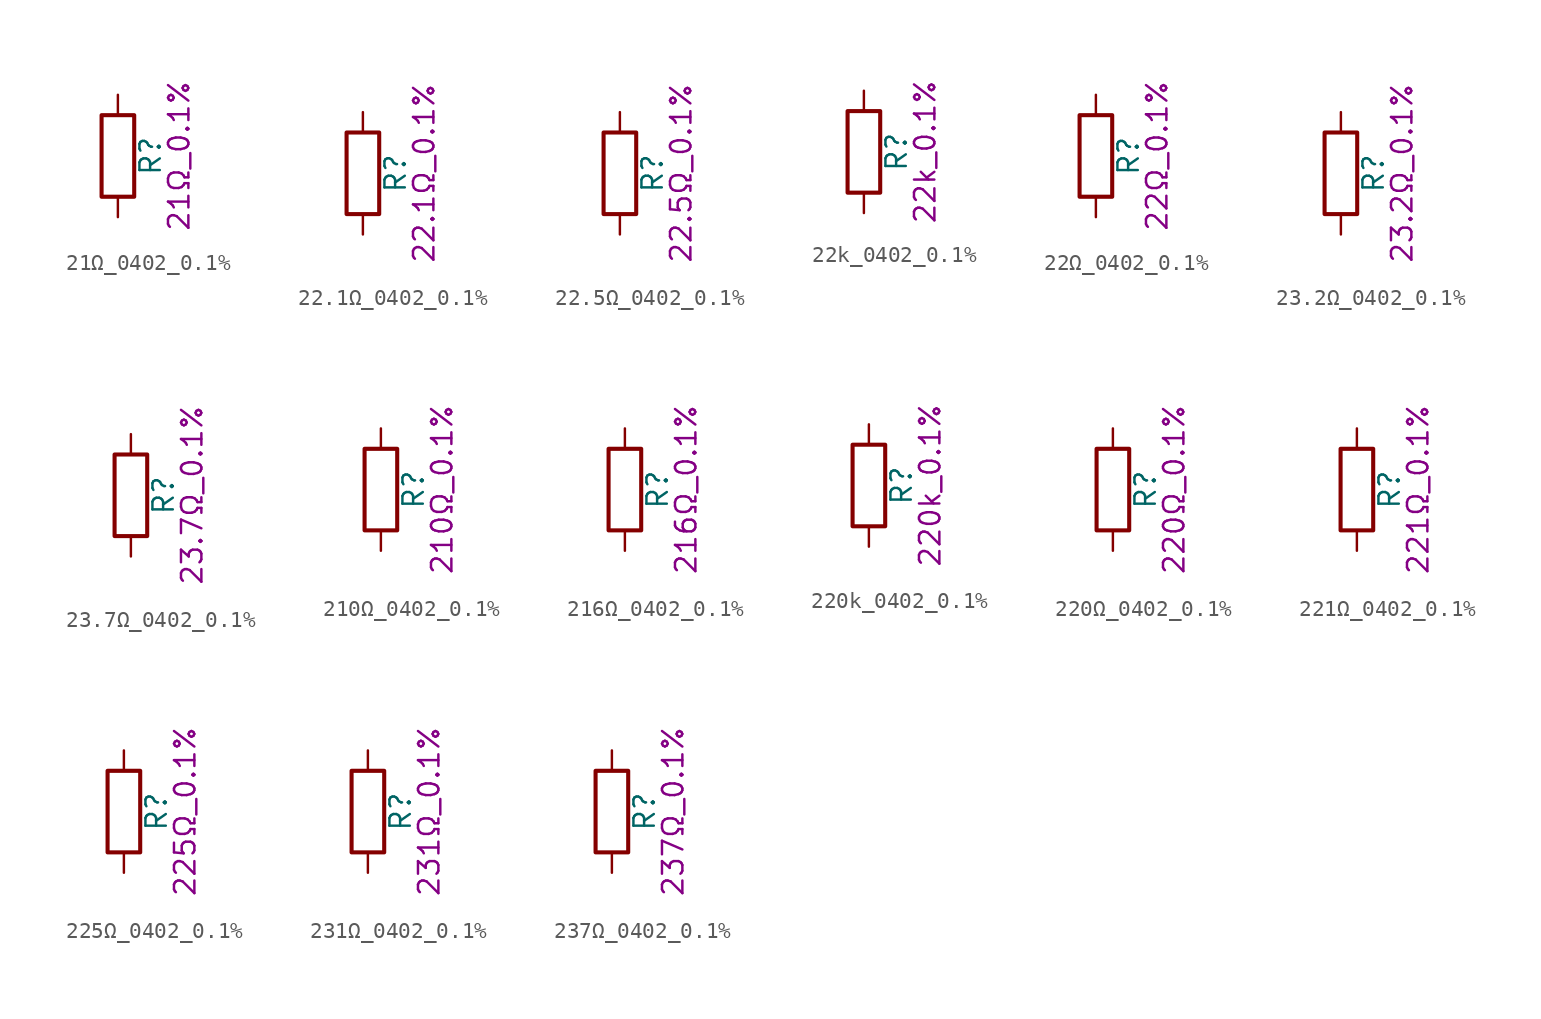
<source format=kicad_sym>
(kicad_symbol_lib
  (version 20211014)
  (generator kicad_symbol_editor)
  (symbol "21Ω_0402_0.1%"
    (pin_numbers hide)
    (pin_names
      (offset 0))
    (property "Reference" "R"
      (at 2.032 0 90)
      (effects (font (size 1.27 1.27))))
    (property "Display" "21Ω_0.1%"
      (at 3.81 0 90)
      (effects (font (size 1.27 1.27))))
    (symbol "21Ω_0402_0.1%_0_1"
      (rectangle (start -1.016 -2.54) (end 1.016 2.54) (stroke (width 0.254) (type default) (color 0 0 0 0)) (fill (type none))))
    (symbol "21Ω_0402_0.1%_1_1"
      (pin passive line (at 0 3.81 270) (length 1.27) (name "~" (effects (font (size 1.27 1.27)))) (number "1" (effects (font (size 1.27 1.27)))))
      (pin passive line (at 0 -3.81 90) (length 1.27) (name "~" (effects (font (size 1.27 1.27)))) (number "2" (effects (font (size 1.27 1.27)))))))
  (symbol "22.1Ω_0402_0.1%"
    (pin_numbers hide)
    (pin_names
      (offset 0))
    (property "Reference" "R"
      (at 2.032 0 90)
      (effects (font (size 1.27 1.27))))
    (property "Display" "22.1Ω_0.1%"
      (at 3.81 0 90)
      (effects (font (size 1.27 1.27))))
    (symbol "22.1Ω_0402_0.1%_0_1"
      (rectangle (start -1.016 -2.54) (end 1.016 2.54) (stroke (width 0.254) (type default) (color 0 0 0 0)) (fill (type none))))
    (symbol "22.1Ω_0402_0.1%_1_1"
      (pin passive line (at 0 3.81 270) (length 1.27) (name "~" (effects (font (size 1.27 1.27)))) (number "1" (effects (font (size 1.27 1.27)))))
      (pin passive line (at 0 -3.81 90) (length 1.27) (name "~" (effects (font (size 1.27 1.27)))) (number "2" (effects (font (size 1.27 1.27)))))))
  (symbol "22.5Ω_0402_0.1%"
    (pin_numbers hide)
    (pin_names
      (offset 0))
    (property "Reference" "R"
      (at 2.032 0 90)
      (effects (font (size 1.27 1.27))))
    (property "Display" "22.5Ω_0.1%"
      (at 3.81 0 90)
      (effects (font (size 1.27 1.27))))
    (symbol "22.5Ω_0402_0.1%_0_1"
      (rectangle (start -1.016 -2.54) (end 1.016 2.54) (stroke (width 0.254) (type default) (color 0 0 0 0)) (fill (type none))))
    (symbol "22.5Ω_0402_0.1%_1_1"
      (pin passive line (at 0 3.81 270) (length 1.27) (name "~" (effects (font (size 1.27 1.27)))) (number "1" (effects (font (size 1.27 1.27)))))
      (pin passive line (at 0 -3.81 90) (length 1.27) (name "~" (effects (font (size 1.27 1.27)))) (number "2" (effects (font (size 1.27 1.27)))))))
  (symbol "22k_0402_0.1%"
    (pin_numbers hide)
    (pin_names
      (offset 0))
    (property "Reference" "R"
      (at 2.032 0 90)
      (effects (font (size 1.27 1.27))))
    (property "Display" "22k_0.1%"
      (at 3.81 0 90)
      (effects (font (size 1.27 1.27))))
    (symbol "22k_0402_0.1%_0_1"
      (rectangle (start -1.016 -2.54) (end 1.016 2.54) (stroke (width 0.254) (type default) (color 0 0 0 0)) (fill (type none))))
    (symbol "22k_0402_0.1%_1_1"
      (pin passive line (at 0 3.81 270) (length 1.27) (name "~" (effects (font (size 1.27 1.27)))) (number "1" (effects (font (size 1.27 1.27)))))
      (pin passive line (at 0 -3.81 90) (length 1.27) (name "~" (effects (font (size 1.27 1.27)))) (number "2" (effects (font (size 1.27 1.27)))))))
  (symbol "22Ω_0402_0.1%"
    (pin_numbers hide)
    (pin_names
      (offset 0))
    (property "Reference" "R"
      (at 2.032 0 90)
      (effects (font (size 1.27 1.27))))
    (property "Display" "22Ω_0.1%"
      (at 3.81 0 90)
      (effects (font (size 1.27 1.27))))
    (symbol "22Ω_0402_0.1%_0_1"
      (rectangle (start -1.016 -2.54) (end 1.016 2.54) (stroke (width 0.254) (type default) (color 0 0 0 0)) (fill (type none))))
    (symbol "22Ω_0402_0.1%_1_1"
      (pin passive line (at 0 3.81 270) (length 1.27) (name "~" (effects (font (size 1.27 1.27)))) (number "1" (effects (font (size 1.27 1.27)))))
      (pin passive line (at 0 -3.81 90) (length 1.27) (name "~" (effects (font (size 1.27 1.27)))) (number "2" (effects (font (size 1.27 1.27)))))))
  (symbol "23.2Ω_0402_0.1%"
    (pin_numbers hide)
    (pin_names
      (offset 0))
    (property "Reference" "R"
      (at 2.032 0 90)
      (effects (font (size 1.27 1.27))))
    (property "Display" "23.2Ω_0.1%"
      (at 3.81 0 90)
      (effects (font (size 1.27 1.27))))
    (symbol "23.2Ω_0402_0.1%_0_1"
      (rectangle (start -1.016 -2.54) (end 1.016 2.54) (stroke (width 0.254) (type default) (color 0 0 0 0)) (fill (type none))))
    (symbol "23.2Ω_0402_0.1%_1_1"
      (pin passive line (at 0 3.81 270) (length 1.27) (name "~" (effects (font (size 1.27 1.27)))) (number "1" (effects (font (size 1.27 1.27)))))
      (pin passive line (at 0 -3.81 90) (length 1.27) (name "~" (effects (font (size 1.27 1.27)))) (number "2" (effects (font (size 1.27 1.27)))))))
  (symbol "23.7Ω_0402_0.1%"
    (pin_numbers hide)
    (pin_names
      (offset 0))
    (property "Reference" "R"
      (at 2.032 0 90)
      (effects (font (size 1.27 1.27))))
    (property "Display" "23.7Ω_0.1%"
      (at 3.81 0 90)
      (effects (font (size 1.27 1.27))))
    (symbol "23.7Ω_0402_0.1%_0_1"
      (rectangle (start -1.016 -2.54) (end 1.016 2.54) (stroke (width 0.254) (type default) (color 0 0 0 0)) (fill (type none))))
    (symbol "23.7Ω_0402_0.1%_1_1"
      (pin passive line (at 0 3.81 270) (length 1.27) (name "~" (effects (font (size 1.27 1.27)))) (number "1" (effects (font (size 1.27 1.27)))))
      (pin passive line (at 0 -3.81 90) (length 1.27) (name "~" (effects (font (size 1.27 1.27)))) (number "2" (effects (font (size 1.27 1.27)))))))
  (symbol "210Ω_0402_0.1%"
    (pin_numbers hide)
    (pin_names
      (offset 0))
    (property "Reference" "R"
      (at 2.032 0 90)
      (effects (font (size 1.27 1.27))))
    (property "Display" "210Ω_0.1%"
      (at 3.81 0 90)
      (effects (font (size 1.27 1.27))))
    (symbol "210Ω_0402_0.1%_0_1"
      (rectangle (start -1.016 -2.54) (end 1.016 2.54) (stroke (width 0.254) (type default) (color 0 0 0 0)) (fill (type none))))
    (symbol "210Ω_0402_0.1%_1_1"
      (pin passive line (at 0 3.81 270) (length 1.27) (name "~" (effects (font (size 1.27 1.27)))) (number "1" (effects (font (size 1.27 1.27)))))
      (pin passive line (at 0 -3.81 90) (length 1.27) (name "~" (effects (font (size 1.27 1.27)))) (number "2" (effects (font (size 1.27 1.27)))))))
  (symbol "216Ω_0402_0.1%"
    (pin_numbers hide)
    (pin_names
      (offset 0))
    (property "Reference" "R"
      (at 2.032 0 90)
      (effects (font (size 1.27 1.27))))
    (property "Display" "216Ω_0.1%"
      (at 3.81 0 90)
      (effects (font (size 1.27 1.27))))
    (symbol "216Ω_0402_0.1%_0_1"
      (rectangle (start -1.016 -2.54) (end 1.016 2.54) (stroke (width 0.254) (type default) (color 0 0 0 0)) (fill (type none))))
    (symbol "216Ω_0402_0.1%_1_1"
      (pin passive line (at 0 3.81 270) (length 1.27) (name "~" (effects (font (size 1.27 1.27)))) (number "1" (effects (font (size 1.27 1.27)))))
      (pin passive line (at 0 -3.81 90) (length 1.27) (name "~" (effects (font (size 1.27 1.27)))) (number "2" (effects (font (size 1.27 1.27)))))))
  (symbol "220k_0402_0.1%"
    (pin_numbers hide)
    (pin_names
      (offset 0))
    (property "Reference" "R"
      (at 2.032 0 90)
      (effects (font (size 1.27 1.27))))
    (property "Display" "220k_0.1%"
      (at 3.81 0 90)
      (effects (font (size 1.27 1.27))))
    (symbol "220k_0402_0.1%_0_1"
      (rectangle (start -1.016 -2.54) (end 1.016 2.54) (stroke (width 0.254) (type default) (color 0 0 0 0)) (fill (type none))))
    (symbol "220k_0402_0.1%_1_1"
      (pin passive line (at 0 3.81 270) (length 1.27) (name "~" (effects (font (size 1.27 1.27)))) (number "1" (effects (font (size 1.27 1.27)))))
      (pin passive line (at 0 -3.81 90) (length 1.27) (name "~" (effects (font (size 1.27 1.27)))) (number "2" (effects (font (size 1.27 1.27)))))))
  (symbol "220Ω_0402_0.1%"
    (pin_numbers hide)
    (pin_names
      (offset 0))
    (property "Reference" "R"
      (at 2.032 0 90)
      (effects (font (size 1.27 1.27))))
    (property "Display" "220Ω_0.1%"
      (at 3.81 0 90)
      (effects (font (size 1.27 1.27))))
    (symbol "220Ω_0402_0.1%_0_1"
      (rectangle (start -1.016 -2.54) (end 1.016 2.54) (stroke (width 0.254) (type default) (color 0 0 0 0)) (fill (type none))))
    (symbol "220Ω_0402_0.1%_1_1"
      (pin passive line (at 0 3.81 270) (length 1.27) (name "~" (effects (font (size 1.27 1.27)))) (number "1" (effects (font (size 1.27 1.27)))))
      (pin passive line (at 0 -3.81 90) (length 1.27) (name "~" (effects (font (size 1.27 1.27)))) (number "2" (effects (font (size 1.27 1.27)))))))
  (symbol "221Ω_0402_0.1%"
    (pin_numbers hide)
    (pin_names
      (offset 0))
    (property "Reference" "R"
      (at 2.032 0 90)
      (effects (font (size 1.27 1.27))))
    (property "Display" "221Ω_0.1%"
      (at 3.81 0 90)
      (effects (font (size 1.27 1.27))))
    (symbol "221Ω_0402_0.1%_0_1"
      (rectangle (start -1.016 -2.54) (end 1.016 2.54) (stroke (width 0.254) (type default) (color 0 0 0 0)) (fill (type none))))
    (symbol "221Ω_0402_0.1%_1_1"
      (pin passive line (at 0 3.81 270) (length 1.27) (name "~" (effects (font (size 1.27 1.27)))) (number "1" (effects (font (size 1.27 1.27)))))
      (pin passive line (at 0 -3.81 90) (length 1.27) (name "~" (effects (font (size 1.27 1.27)))) (number "2" (effects (font (size 1.27 1.27)))))))
  (symbol "225Ω_0402_0.1%"
    (pin_numbers hide)
    (pin_names
      (offset 0))
    (property "Reference" "R"
      (at 2.032 0 90)
      (effects (font (size 1.27 1.27))))
    (property "Display" "225Ω_0.1%"
      (at 3.81 0 90)
      (effects (font (size 1.27 1.27))))
    (symbol "225Ω_0402_0.1%_0_1"
      (rectangle (start -1.016 -2.54) (end 1.016 2.54) (stroke (width 0.254) (type default) (color 0 0 0 0)) (fill (type none))))
    (symbol "225Ω_0402_0.1%_1_1"
      (pin passive line (at 0 3.81 270) (length 1.27) (name "~" (effects (font (size 1.27 1.27)))) (number "1" (effects (font (size 1.27 1.27)))))
      (pin passive line (at 0 -3.81 90) (length 1.27) (name "~" (effects (font (size 1.27 1.27)))) (number "2" (effects (font (size 1.27 1.27)))))))
  (symbol "231Ω_0402_0.1%"
    (pin_numbers hide)
    (pin_names
      (offset 0))
    (property "Reference" "R"
      (at 2.032 0 90)
      (effects (font (size 1.27 1.27))))
    (property "Display" "231Ω_0.1%"
      (at 3.81 0 90)
      (effects (font (size 1.27 1.27))))
    (symbol "231Ω_0402_0.1%_0_1"
      (rectangle (start -1.016 -2.54) (end 1.016 2.54) (stroke (width 0.254) (type default) (color 0 0 0 0)) (fill (type none))))
    (symbol "231Ω_0402_0.1%_1_1"
      (pin passive line (at 0 3.81 270) (length 1.27) (name "~" (effects (font (size 1.27 1.27)))) (number "1" (effects (font (size 1.27 1.27)))))
      (pin passive line (at 0 -3.81 90) (length 1.27) (name "~" (effects (font (size 1.27 1.27)))) (number "2" (effects (font (size 1.27 1.27)))))))
  (symbol "237Ω_0402_0.1%"
    (pin_numbers hide)
    (pin_names
      (offset 0))
    (property "Reference" "R"
      (at 2.032 0 90)
      (effects (font (size 1.27 1.27))))
    (property "Display" "237Ω_0.1%"
      (at 3.81 0 90)
      (effects (font (size 1.27 1.27))))
    (symbol "237Ω_0402_0.1%_0_1"
      (rectangle (start -1.016 -2.54) (end 1.016 2.54) (stroke (width 0.254) (type default) (color 0 0 0 0)) (fill (type none))))
    (symbol "237Ω_0402_0.1%_1_1"
      (pin passive line (at 0 3.81 270) (length 1.27) (name "~" (effects (font (size 1.27 1.27)))) (number "1" (effects (font (size 1.27 1.27)))))
      (pin passive line (at 0 -3.81 90) (length 1.27) (name "~" (effects (font (size 1.27 1.27)))) (number "2" (effects (font (size 1.27 1.27))))))))
</source>
